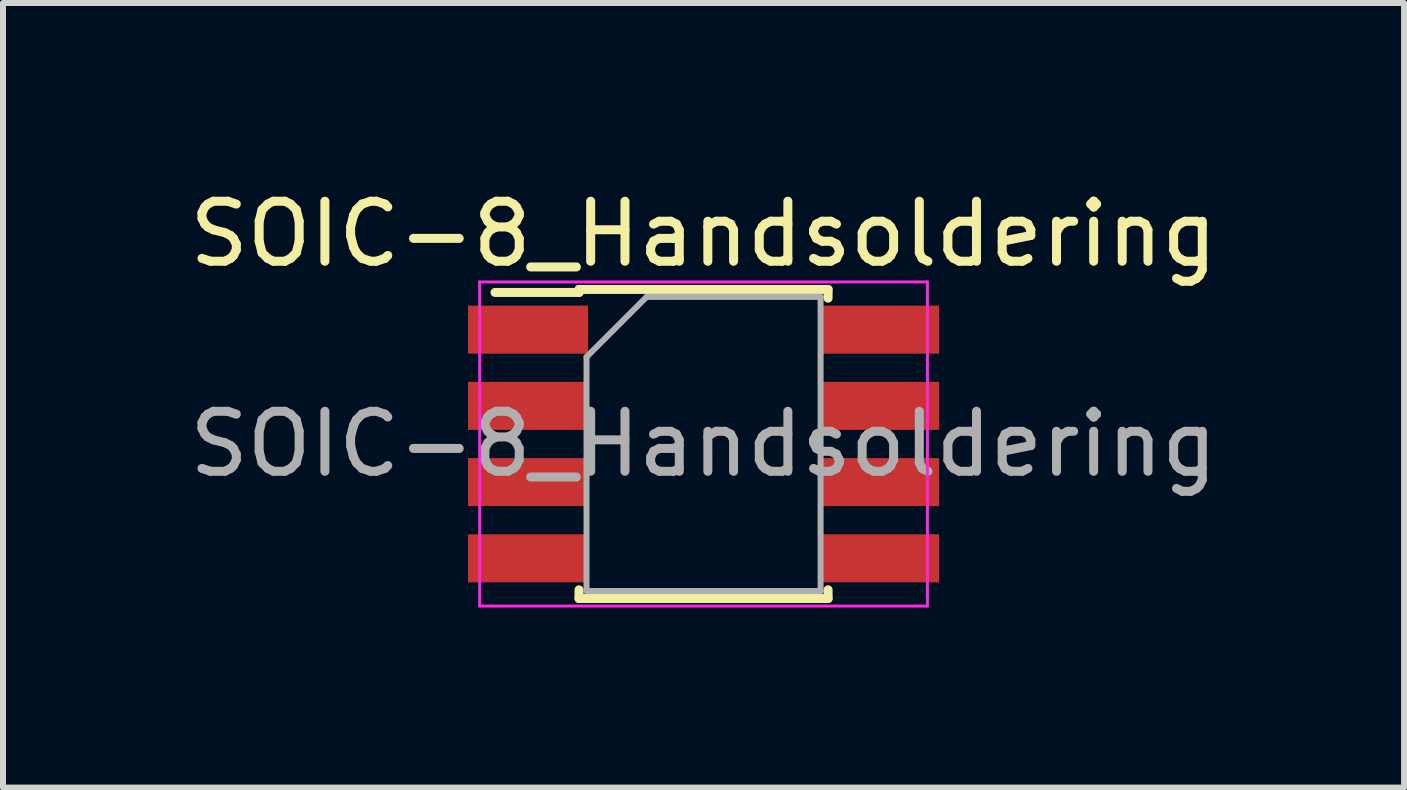
<source format=kicad_pcb>
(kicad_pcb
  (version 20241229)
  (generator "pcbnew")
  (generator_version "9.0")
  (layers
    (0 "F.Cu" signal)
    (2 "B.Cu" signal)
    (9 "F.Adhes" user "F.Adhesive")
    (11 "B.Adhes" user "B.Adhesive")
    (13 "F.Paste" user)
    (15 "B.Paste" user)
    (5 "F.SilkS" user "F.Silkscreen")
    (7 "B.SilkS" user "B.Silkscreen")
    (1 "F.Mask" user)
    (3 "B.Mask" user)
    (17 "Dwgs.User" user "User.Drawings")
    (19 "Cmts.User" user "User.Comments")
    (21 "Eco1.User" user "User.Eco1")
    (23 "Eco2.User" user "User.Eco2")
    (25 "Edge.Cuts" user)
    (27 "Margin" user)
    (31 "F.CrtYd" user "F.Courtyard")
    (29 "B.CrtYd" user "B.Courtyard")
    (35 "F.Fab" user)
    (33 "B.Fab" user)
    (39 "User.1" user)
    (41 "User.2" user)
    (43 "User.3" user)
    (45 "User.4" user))
  (footprint "SOIC-8_Handsoldering"
    (layer "F.Cu")
    (at 8.673 4.348)
    (property "Reference" "SOIC-8_Handsoldering" (at 0 -3.5 0) (layer "F.SilkS") (effects (font (size 1 1) (thickness 0.15))))
    (attr smd)
    (fp_line (start -2.075 -2.575) (end -2.075 -2.525) (stroke (width 0.15) (type solid)) (layer "F.SilkS"))
    (fp_line (start -2.075 -2.575) (end 2.075 -2.575) (stroke (width 0.15) (type solid)) (layer "F.SilkS"))
    (fp_line (start -2.075 -2.525) (end -3.475 -2.525) (stroke (width 0.15) (type solid)) (layer "F.SilkS"))
    (fp_line (start -2.075 2.575) (end -2.075 2.43) (stroke (width 0.15) (type solid)) (layer "F.SilkS"))
    (fp_line (start -2.075 2.575) (end 2.075 2.575) (stroke (width 0.15) (type solid)) (layer "F.SilkS"))
    (fp_line (start 2.075 -2.575) (end 2.075 -2.43) (stroke (width 0.15) (type solid)) (layer "F.SilkS"))
    (fp_line (start 2.075 2.575) (end 2.075 2.43) (stroke (width 0.15) (type solid)) (layer "F.SilkS"))
    (fp_line (start -3.73 -2.7) (end -3.73 2.7) (stroke (width 0.05) (type solid)) (layer "F.CrtYd"))
    (fp_line (start -3.73 -2.7) (end 3.73 -2.7) (stroke (width 0.05) (type solid)) (layer "F.CrtYd"))
    (fp_line (start -3.73 2.7) (end 3.73 2.7) (stroke (width 0.05) (type solid)) (layer "F.CrtYd"))
    (fp_line (start 3.73 -2.7) (end 3.73 2.7) (stroke (width 0.05) (type solid)) (layer "F.CrtYd"))
    (fp_line (start -1.95 -1.45) (end -0.95 -2.45) (stroke (width 0.1) (type solid)) (layer "F.Fab"))
    (fp_line (start -1.95 2.45) (end -1.95 -1.45) (stroke (width 0.1) (type solid)) (layer "F.Fab"))
    (fp_line (start -0.95 -2.45) (end 1.95 -2.45) (stroke (width 0.1) (type solid)) (layer "F.Fab"))
    (fp_line (start 1.95 -2.45) (end 1.95 2.45) (stroke (width 0.1) (type solid)) (layer "F.Fab"))
    (fp_line (start 1.95 2.45) (end -1.95 2.45) (stroke (width 0.1) (type solid)) (layer "F.Fab"))
    (fp_text user "${REFERENCE}" (at 0 0 0) (layer "F.Fab") (effects (font (size 1 1) (thickness 0.15))))
    (pad "1" smd rect (at -2.925 -1.905) (size 2 0.8) (layers "F.Cu" "F.Mask" "F.Paste"))
    (pad "2" smd rect (at -2.925 -0.635) (size 2 0.8) (layers "F.Cu" "F.Mask" "F.Paste"))
    (pad "3" smd rect (at -2.925 0.635) (size 2 0.8) (layers "F.Cu" "F.Mask" "F.Paste"))
    (pad "4" smd rect (at -2.925 1.905) (size 2 0.8) (layers "F.Cu" "F.Mask" "F.Paste"))
    (pad "5" smd rect (at 2.925 1.905) (size 2 0.8) (layers "F.Cu" "F.Mask" "F.Paste"))
    (pad "6" smd rect (at 2.925 0.635) (size 2 0.8) (layers "F.Cu" "F.Mask" "F.Paste"))
    (pad "7" smd rect (at 2.925 -0.635) (size 2 0.8) (layers "F.Cu" "F.Mask" "F.Paste"))
    (pad "8" smd rect (at 2.925 -1.905) (size 2 0.8) (layers "F.Cu" "F.Mask" "F.Paste")))
  (gr_rect
    (start -3 -3)
    (end 20.345 10.073)
    (stroke (width 0.1) (type default))
    (fill no)
    (layer "Edge.Cuts")))
</source>
